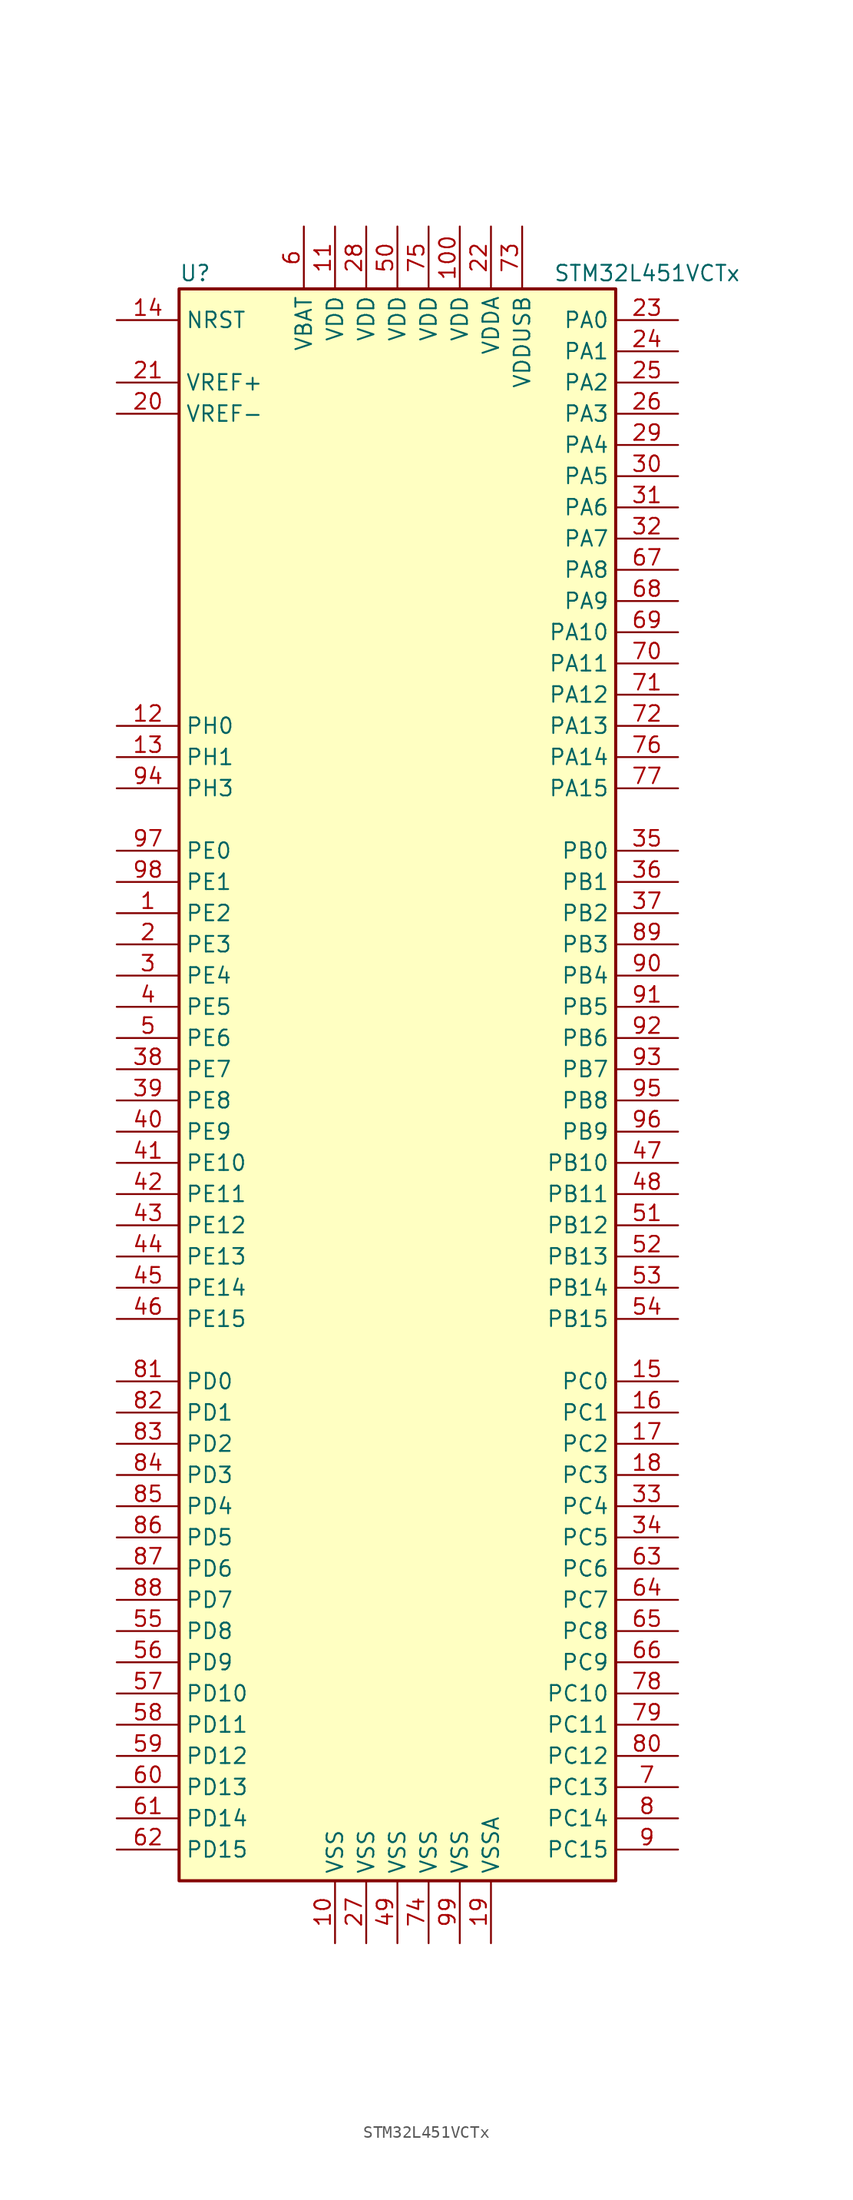
<source format=kicad_sym>
(kicad_symbol_lib
  (version 20201005)
  (generator kicad_symbol_editor)
  (symbol "STM32L451VCTx"
    (property "Reference" "U"
      (at -17.78 64.77 0)
      (effects (font (size 1.27 1.27)) (justify left)))
    (property "Value" "STM32L451VCTx"
      (at 12.7 64.77 0)
      (effects (font (size 1.27 1.27)) (justify left)))
    (symbol "STM32L451VCTx_0_1"
      (rectangle (start -17.78 -66.04) (end 17.78 63.5) (stroke (width 0.254)) (fill (type background))))
    (symbol "STM32L451VCTx_1_1"
      (pin input line (at -22.86 60.96 0) (length 5.08) (name "NRST" (effects (font (size 1.27 1.27)))) (number "14" (effects (font (size 1.27 1.27)))))
      (pin bidirectional line (at 22.86 60.96 180) (length 5.08) (name "PA0" (effects (font (size 1.27 1.27)))) (number "23" (effects (font (size 1.27 1.27)))))
      (pin bidirectional line (at 22.86 58.42 180) (length 5.08) (name "PA1" (effects (font (size 1.27 1.27)))) (number "24" (effects (font (size 1.27 1.27)))))
      (pin bidirectional line (at 22.86 35.56 180) (length 5.08) (name "PA10" (effects (font (size 1.27 1.27)))) (number "69" (effects (font (size 1.27 1.27)))))
      (pin bidirectional line (at 22.86 33.02 180) (length 5.08) (name "PA11" (effects (font (size 1.27 1.27)))) (number "70" (effects (font (size 1.27 1.27)))))
      (pin bidirectional line (at 22.86 30.48 180) (length 5.08) (name "PA12" (effects (font (size 1.27 1.27)))) (number "71" (effects (font (size 1.27 1.27)))))
      (pin bidirectional line (at 22.86 27.94 180) (length 5.08) (name "PA13" (effects (font (size 1.27 1.27)))) (number "72" (effects (font (size 1.27 1.27)))))
      (pin bidirectional line (at 22.86 25.4 180) (length 5.08) (name "PA14" (effects (font (size 1.27 1.27)))) (number "76" (effects (font (size 1.27 1.27)))))
      (pin bidirectional line (at 22.86 22.86 180) (length 5.08) (name "PA15" (effects (font (size 1.27 1.27)))) (number "77" (effects (font (size 1.27 1.27)))))
      (pin bidirectional line (at 22.86 55.88 180) (length 5.08) (name "PA2" (effects (font (size 1.27 1.27)))) (number "25" (effects (font (size 1.27 1.27)))))
      (pin bidirectional line (at 22.86 53.34 180) (length 5.08) (name "PA3" (effects (font (size 1.27 1.27)))) (number "26" (effects (font (size 1.27 1.27)))))
      (pin bidirectional line (at 22.86 50.8 180) (length 5.08) (name "PA4" (effects (font (size 1.27 1.27)))) (number "29" (effects (font (size 1.27 1.27)))))
      (pin bidirectional line (at 22.86 48.26 180) (length 5.08) (name "PA5" (effects (font (size 1.27 1.27)))) (number "30" (effects (font (size 1.27 1.27)))))
      (pin bidirectional line (at 22.86 45.72 180) (length 5.08) (name "PA6" (effects (font (size 1.27 1.27)))) (number "31" (effects (font (size 1.27 1.27)))))
      (pin bidirectional line (at 22.86 43.18 180) (length 5.08) (name "PA7" (effects (font (size 1.27 1.27)))) (number "32" (effects (font (size 1.27 1.27)))))
      (pin bidirectional line (at 22.86 40.64 180) (length 5.08) (name "PA8" (effects (font (size 1.27 1.27)))) (number "67" (effects (font (size 1.27 1.27)))))
      (pin bidirectional line (at 22.86 38.1 180) (length 5.08) (name "PA9" (effects (font (size 1.27 1.27)))) (number "68" (effects (font (size 1.27 1.27)))))
      (pin bidirectional line (at 22.86 17.78 180) (length 5.08) (name "PB0" (effects (font (size 1.27 1.27)))) (number "35" (effects (font (size 1.27 1.27)))))
      (pin bidirectional line (at 22.86 15.24 180) (length 5.08) (name "PB1" (effects (font (size 1.27 1.27)))) (number "36" (effects (font (size 1.27 1.27)))))
      (pin bidirectional line (at 22.86 -7.62 180) (length 5.08) (name "PB10" (effects (font (size 1.27 1.27)))) (number "47" (effects (font (size 1.27 1.27)))))
      (pin bidirectional line (at 22.86 -10.16 180) (length 5.08) (name "PB11" (effects (font (size 1.27 1.27)))) (number "48" (effects (font (size 1.27 1.27)))))
      (pin bidirectional line (at 22.86 -12.7 180) (length 5.08) (name "PB12" (effects (font (size 1.27 1.27)))) (number "51" (effects (font (size 1.27 1.27)))))
      (pin bidirectional line (at 22.86 -15.24 180) (length 5.08) (name "PB13" (effects (font (size 1.27 1.27)))) (number "52" (effects (font (size 1.27 1.27)))))
      (pin bidirectional line (at 22.86 -17.78 180) (length 5.08) (name "PB14" (effects (font (size 1.27 1.27)))) (number "53" (effects (font (size 1.27 1.27)))))
      (pin bidirectional line (at 22.86 -20.32 180) (length 5.08) (name "PB15" (effects (font (size 1.27 1.27)))) (number "54" (effects (font (size 1.27 1.27)))))
      (pin bidirectional line (at 22.86 12.7 180) (length 5.08) (name "PB2" (effects (font (size 1.27 1.27)))) (number "37" (effects (font (size 1.27 1.27)))))
      (pin bidirectional line (at 22.86 10.16 180) (length 5.08) (name "PB3" (effects (font (size 1.27 1.27)))) (number "89" (effects (font (size 1.27 1.27)))))
      (pin bidirectional line (at 22.86 7.62 180) (length 5.08) (name "PB4" (effects (font (size 1.27 1.27)))) (number "90" (effects (font (size 1.27 1.27)))))
      (pin bidirectional line (at 22.86 5.08 180) (length 5.08) (name "PB5" (effects (font (size 1.27 1.27)))) (number "91" (effects (font (size 1.27 1.27)))))
      (pin bidirectional line (at 22.86 2.54 180) (length 5.08) (name "PB6" (effects (font (size 1.27 1.27)))) (number "92" (effects (font (size 1.27 1.27)))))
      (pin bidirectional line (at 22.86 0 180) (length 5.08) (name "PB7" (effects (font (size 1.27 1.27)))) (number "93" (effects (font (size 1.27 1.27)))))
      (pin bidirectional line (at 22.86 -2.54 180) (length 5.08) (name "PB8" (effects (font (size 1.27 1.27)))) (number "95" (effects (font (size 1.27 1.27)))))
      (pin bidirectional line (at 22.86 -5.08 180) (length 5.08) (name "PB9" (effects (font (size 1.27 1.27)))) (number "96" (effects (font (size 1.27 1.27)))))
      (pin bidirectional line (at 22.86 -25.4 180) (length 5.08) (name "PC0" (effects (font (size 1.27 1.27)))) (number "15" (effects (font (size 1.27 1.27)))))
      (pin bidirectional line (at 22.86 -27.94 180) (length 5.08) (name "PC1" (effects (font (size 1.27 1.27)))) (number "16" (effects (font (size 1.27 1.27)))))
      (pin bidirectional line (at 22.86 -50.8 180) (length 5.08) (name "PC10" (effects (font (size 1.27 1.27)))) (number "78" (effects (font (size 1.27 1.27)))))
      (pin bidirectional line (at 22.86 -53.34 180) (length 5.08) (name "PC11" (effects (font (size 1.27 1.27)))) (number "79" (effects (font (size 1.27 1.27)))))
      (pin bidirectional line (at 22.86 -55.88 180) (length 5.08) (name "PC12" (effects (font (size 1.27 1.27)))) (number "80" (effects (font (size 1.27 1.27)))))
      (pin bidirectional line (at 22.86 -58.42 180) (length 5.08) (name "PC13" (effects (font (size 1.27 1.27)))) (number "7" (effects (font (size 1.27 1.27)))))
      (pin bidirectional line (at 22.86 -60.96 180) (length 5.08) (name "PC14" (effects (font (size 1.27 1.27)))) (number "8" (effects (font (size 1.27 1.27)))))
      (pin bidirectional line (at 22.86 -63.5 180) (length 5.08) (name "PC15" (effects (font (size 1.27 1.27)))) (number "9" (effects (font (size 1.27 1.27)))))
      (pin bidirectional line (at 22.86 -30.48 180) (length 5.08) (name "PC2" (effects (font (size 1.27 1.27)))) (number "17" (effects (font (size 1.27 1.27)))))
      (pin bidirectional line (at 22.86 -33.02 180) (length 5.08) (name "PC3" (effects (font (size 1.27 1.27)))) (number "18" (effects (font (size 1.27 1.27)))))
      (pin bidirectional line (at 22.86 -35.56 180) (length 5.08) (name "PC4" (effects (font (size 1.27 1.27)))) (number "33" (effects (font (size 1.27 1.27)))))
      (pin bidirectional line (at 22.86 -38.1 180) (length 5.08) (name "PC5" (effects (font (size 1.27 1.27)))) (number "34" (effects (font (size 1.27 1.27)))))
      (pin bidirectional line (at 22.86 -40.64 180) (length 5.08) (name "PC6" (effects (font (size 1.27 1.27)))) (number "63" (effects (font (size 1.27 1.27)))))
      (pin bidirectional line (at 22.86 -43.18 180) (length 5.08) (name "PC7" (effects (font (size 1.27 1.27)))) (number "64" (effects (font (size 1.27 1.27)))))
      (pin bidirectional line (at 22.86 -45.72 180) (length 5.08) (name "PC8" (effects (font (size 1.27 1.27)))) (number "65" (effects (font (size 1.27 1.27)))))
      (pin bidirectional line (at 22.86 -48.26 180) (length 5.08) (name "PC9" (effects (font (size 1.27 1.27)))) (number "66" (effects (font (size 1.27 1.27)))))
      (pin bidirectional line (at -22.86 -25.4 0) (length 5.08) (name "PD0" (effects (font (size 1.27 1.27)))) (number "81" (effects (font (size 1.27 1.27)))))
      (pin bidirectional line (at -22.86 -27.94 0) (length 5.08) (name "PD1" (effects (font (size 1.27 1.27)))) (number "82" (effects (font (size 1.27 1.27)))))
      (pin bidirectional line (at -22.86 -50.8 0) (length 5.08) (name "PD10" (effects (font (size 1.27 1.27)))) (number "57" (effects (font (size 1.27 1.27)))))
      (pin bidirectional line (at -22.86 -53.34 0) (length 5.08) (name "PD11" (effects (font (size 1.27 1.27)))) (number "58" (effects (font (size 1.27 1.27)))))
      (pin bidirectional line (at -22.86 -55.88 0) (length 5.08) (name "PD12" (effects (font (size 1.27 1.27)))) (number "59" (effects (font (size 1.27 1.27)))))
      (pin bidirectional line (at -22.86 -58.42 0) (length 5.08) (name "PD13" (effects (font (size 1.27 1.27)))) (number "60" (effects (font (size 1.27 1.27)))))
      (pin bidirectional line (at -22.86 -60.96 0) (length 5.08) (name "PD14" (effects (font (size 1.27 1.27)))) (number "61" (effects (font (size 1.27 1.27)))))
      (pin bidirectional line (at -22.86 -63.5 0) (length 5.08) (name "PD15" (effects (font (size 1.27 1.27)))) (number "62" (effects (font (size 1.27 1.27)))))
      (pin bidirectional line (at -22.86 -30.48 0) (length 5.08) (name "PD2" (effects (font (size 1.27 1.27)))) (number "83" (effects (font (size 1.27 1.27)))))
      (pin bidirectional line (at -22.86 -33.02 0) (length 5.08) (name "PD3" (effects (font (size 1.27 1.27)))) (number "84" (effects (font (size 1.27 1.27)))))
      (pin bidirectional line (at -22.86 -35.56 0) (length 5.08) (name "PD4" (effects (font (size 1.27 1.27)))) (number "85" (effects (font (size 1.27 1.27)))))
      (pin bidirectional line (at -22.86 -38.1 0) (length 5.08) (name "PD5" (effects (font (size 1.27 1.27)))) (number "86" (effects (font (size 1.27 1.27)))))
      (pin bidirectional line (at -22.86 -40.64 0) (length 5.08) (name "PD6" (effects (font (size 1.27 1.27)))) (number "87" (effects (font (size 1.27 1.27)))))
      (pin bidirectional line (at -22.86 -43.18 0) (length 5.08) (name "PD7" (effects (font (size 1.27 1.27)))) (number "88" (effects (font (size 1.27 1.27)))))
      (pin bidirectional line (at -22.86 -45.72 0) (length 5.08) (name "PD8" (effects (font (size 1.27 1.27)))) (number "55" (effects (font (size 1.27 1.27)))))
      (pin bidirectional line (at -22.86 -48.26 0) (length 5.08) (name "PD9" (effects (font (size 1.27 1.27)))) (number "56" (effects (font (size 1.27 1.27)))))
      (pin bidirectional line (at -22.86 17.78 0) (length 5.08) (name "PE0" (effects (font (size 1.27 1.27)))) (number "97" (effects (font (size 1.27 1.27)))))
      (pin bidirectional line (at -22.86 15.24 0) (length 5.08) (name "PE1" (effects (font (size 1.27 1.27)))) (number "98" (effects (font (size 1.27 1.27)))))
      (pin bidirectional line (at -22.86 -7.62 0) (length 5.08) (name "PE10" (effects (font (size 1.27 1.27)))) (number "41" (effects (font (size 1.27 1.27)))))
      (pin bidirectional line (at -22.86 -10.16 0) (length 5.08) (name "PE11" (effects (font (size 1.27 1.27)))) (number "42" (effects (font (size 1.27 1.27)))))
      (pin bidirectional line (at -22.86 -12.7 0) (length 5.08) (name "PE12" (effects (font (size 1.27 1.27)))) (number "43" (effects (font (size 1.27 1.27)))))
      (pin bidirectional line (at -22.86 -15.24 0) (length 5.08) (name "PE13" (effects (font (size 1.27 1.27)))) (number "44" (effects (font (size 1.27 1.27)))))
      (pin bidirectional line (at -22.86 -17.78 0) (length 5.08) (name "PE14" (effects (font (size 1.27 1.27)))) (number "45" (effects (font (size 1.27 1.27)))))
      (pin bidirectional line (at -22.86 -20.32 0) (length 5.08) (name "PE15" (effects (font (size 1.27 1.27)))) (number "46" (effects (font (size 1.27 1.27)))))
      (pin bidirectional line (at -22.86 12.7 0) (length 5.08) (name "PE2" (effects (font (size 1.27 1.27)))) (number "1" (effects (font (size 1.27 1.27)))))
      (pin bidirectional line (at -22.86 10.16 0) (length 5.08) (name "PE3" (effects (font (size 1.27 1.27)))) (number "2" (effects (font (size 1.27 1.27)))))
      (pin bidirectional line (at -22.86 7.62 0) (length 5.08) (name "PE4" (effects (font (size 1.27 1.27)))) (number "3" (effects (font (size 1.27 1.27)))))
      (pin bidirectional line (at -22.86 5.08 0) (length 5.08) (name "PE5" (effects (font (size 1.27 1.27)))) (number "4" (effects (font (size 1.27 1.27)))))
      (pin bidirectional line (at -22.86 2.54 0) (length 5.08) (name "PE6" (effects (font (size 1.27 1.27)))) (number "5" (effects (font (size 1.27 1.27)))))
      (pin bidirectional line (at -22.86 0 0) (length 5.08) (name "PE7" (effects (font (size 1.27 1.27)))) (number "38" (effects (font (size 1.27 1.27)))))
      (pin bidirectional line (at -22.86 -2.54 0) (length 5.08) (name "PE8" (effects (font (size 1.27 1.27)))) (number "39" (effects (font (size 1.27 1.27)))))
      (pin bidirectional line (at -22.86 -5.08 0) (length 5.08) (name "PE9" (effects (font (size 1.27 1.27)))) (number "40" (effects (font (size 1.27 1.27)))))
      (pin input line (at -22.86 27.94 0) (length 5.08) (name "PH0" (effects (font (size 1.27 1.27)))) (number "12" (effects (font (size 1.27 1.27)))))
      (pin input line (at -22.86 25.4 0) (length 5.08) (name "PH1" (effects (font (size 1.27 1.27)))) (number "13" (effects (font (size 1.27 1.27)))))
      (pin bidirectional line (at -22.86 22.86 0) (length 5.08) (name "PH3" (effects (font (size 1.27 1.27)))) (number "94" (effects (font (size 1.27 1.27)))))
      (pin power_in line (at -7.62 68.58 270) (length 5.08) (name "VBAT" (effects (font (size 1.27 1.27)))) (number "6" (effects (font (size 1.27 1.27)))))
      (pin power_in line (at 5.08 68.58 270) (length 5.08) (name "VDD" (effects (font (size 1.27 1.27)))) (number "100" (effects (font (size 1.27 1.27)))))
      (pin power_in line (at -5.08 68.58 270) (length 5.08) (name "VDD" (effects (font (size 1.27 1.27)))) (number "11" (effects (font (size 1.27 1.27)))))
      (pin power_in line (at -2.54 68.58 270) (length 5.08) (name "VDD" (effects (font (size 1.27 1.27)))) (number "28" (effects (font (size 1.27 1.27)))))
      (pin power_in line (at 0 68.58 270) (length 5.08) (name "VDD" (effects (font (size 1.27 1.27)))) (number "50" (effects (font (size 1.27 1.27)))))
      (pin power_in line (at 2.54 68.58 270) (length 5.08) (name "VDD" (effects (font (size 1.27 1.27)))) (number "75" (effects (font (size 1.27 1.27)))))
      (pin power_in line (at 7.62 68.58 270) (length 5.08) (name "VDDA" (effects (font (size 1.27 1.27)))) (number "22" (effects (font (size 1.27 1.27)))))
      (pin power_in line (at 10.16 68.58 270) (length 5.08) (name "VDDUSB" (effects (font (size 1.27 1.27)))) (number "73" (effects (font (size 1.27 1.27)))))
      (pin bidirectional line (at -22.86 55.88 0) (length 5.08) (name "VREF+" (effects (font (size 1.27 1.27)))) (number "21" (effects (font (size 1.27 1.27)))))
      (pin power_in line (at -22.86 53.34 0) (length 5.08) (name "VREF-" (effects (font (size 1.27 1.27)))) (number "20" (effects (font (size 1.27 1.27)))))
      (pin power_in line (at -5.08 -71.12 90) (length 5.08) (name "VSS" (effects (font (size 1.27 1.27)))) (number "10" (effects (font (size 1.27 1.27)))))
      (pin power_in line (at -2.54 -71.12 90) (length 5.08) (name "VSS" (effects (font (size 1.27 1.27)))) (number "27" (effects (font (size 1.27 1.27)))))
      (pin power_in line (at 0 -71.12 90) (length 5.08) (name "VSS" (effects (font (size 1.27 1.27)))) (number "49" (effects (font (size 1.27 1.27)))))
      (pin power_in line (at 2.54 -71.12 90) (length 5.08) (name "VSS" (effects (font (size 1.27 1.27)))) (number "74" (effects (font (size 1.27 1.27)))))
      (pin power_in line (at 5.08 -71.12 90) (length 5.08) (name "VSS" (effects (font (size 1.27 1.27)))) (number "99" (effects (font (size 1.27 1.27)))))
      (pin power_in line (at 7.62 -71.12 90) (length 5.08) (name "VSSA" (effects (font (size 1.27 1.27)))) (number "19" (effects (font (size 1.27 1.27))))))))
</source>
